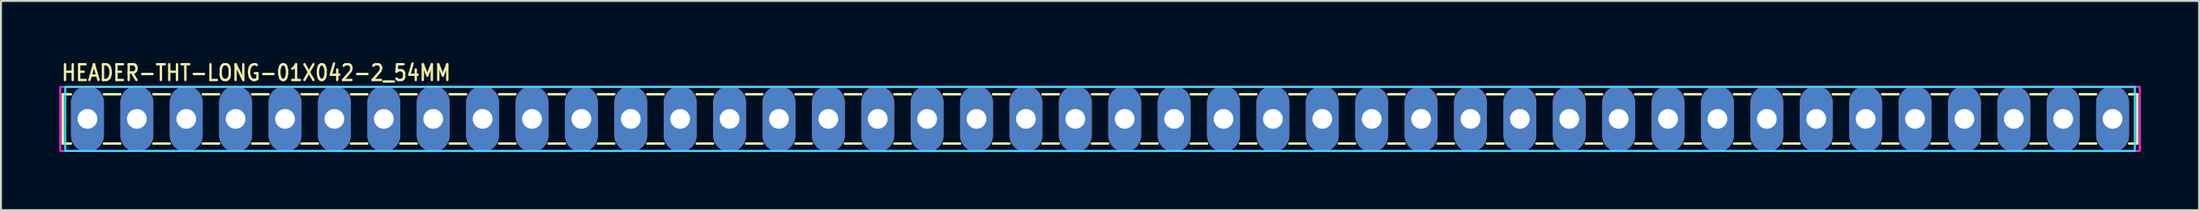
<source format=kicad_pcb>
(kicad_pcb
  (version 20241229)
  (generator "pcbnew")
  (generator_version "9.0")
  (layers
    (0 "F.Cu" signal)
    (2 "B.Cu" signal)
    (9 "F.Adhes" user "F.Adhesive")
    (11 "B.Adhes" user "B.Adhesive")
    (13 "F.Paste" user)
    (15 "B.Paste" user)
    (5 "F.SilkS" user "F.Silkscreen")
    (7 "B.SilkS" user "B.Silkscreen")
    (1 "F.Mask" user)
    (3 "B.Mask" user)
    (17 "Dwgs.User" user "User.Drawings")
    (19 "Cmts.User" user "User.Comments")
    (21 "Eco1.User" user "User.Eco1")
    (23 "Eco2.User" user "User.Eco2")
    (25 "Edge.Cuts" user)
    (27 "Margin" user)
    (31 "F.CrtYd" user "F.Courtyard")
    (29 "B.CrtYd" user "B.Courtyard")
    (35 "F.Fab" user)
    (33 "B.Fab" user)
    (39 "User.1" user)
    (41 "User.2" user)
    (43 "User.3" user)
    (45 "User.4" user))
  (footprint "HEADER-THT-LONG-01X042-2_54MM"
    (layer "F.Cu")
    (at 1.447 3.079)
    (property "Reference" "HEADER-THT-LONG-01X042-2_54MM" (at -1.4 -1.9 0) (unlocked yes) (layer "F.SilkS") (effects (font (size 0.813 0.695) (thickness 0.122)) (justify left bottom)))
    (fp_line (start -1.27 -1.27) (end -1.27 1.27) (stroke (width 0.127) (type solid)) (layer "F.SilkS"))
    (fp_line (start -1.27 1.27) (end -0.85 1.27) (stroke (width 0.127) (type solid)) (layer "F.SilkS"))
    (fp_line (start -0.85 -1.27) (end -1.27 -1.27) (stroke (width 0.127) (type solid)) (layer "F.SilkS"))
    (fp_line (start 0.85 -1.27) (end 1.69 -1.27) (stroke (width 0.127) (type solid)) (layer "F.SilkS"))
    (fp_line (start 0.85 1.27) (end 1.69 1.27) (stroke (width 0.127) (type solid)) (layer "F.SilkS"))
    (fp_line (start 3.39 -1.27) (end 4.23 -1.27) (stroke (width 0.127) (type solid)) (layer "F.SilkS"))
    (fp_line (start 3.39 1.27) (end 4.23 1.27) (stroke (width 0.127) (type solid)) (layer "F.SilkS"))
    (fp_line (start 5.93 -1.27) (end 6.77 -1.27) (stroke (width 0.127) (type solid)) (layer "F.SilkS"))
    (fp_line (start 5.93 1.27) (end 6.77 1.27) (stroke (width 0.127) (type solid)) (layer "F.SilkS"))
    (fp_line (start 8.47 -1.27) (end 9.31 -1.27) (stroke (width 0.127) (type solid)) (layer "F.SilkS"))
    (fp_line (start 8.47 1.27) (end 9.31 1.27) (stroke (width 0.127) (type solid)) (layer "F.SilkS"))
    (fp_line (start 11.01 -1.27) (end 11.85 -1.27) (stroke (width 0.127) (type solid)) (layer "F.SilkS"))
    (fp_line (start 11.01 1.27) (end 11.85 1.27) (stroke (width 0.127) (type solid)) (layer "F.SilkS"))
    (fp_line (start 13.55 -1.27) (end 14.39 -1.27) (stroke (width 0.127) (type solid)) (layer "F.SilkS"))
    (fp_line (start 13.55 1.27) (end 14.39 1.27) (stroke (width 0.127) (type solid)) (layer "F.SilkS"))
    (fp_line (start 16.09 -1.27) (end 16.93 -1.27) (stroke (width 0.127) (type solid)) (layer "F.SilkS"))
    (fp_line (start 16.09 1.27) (end 16.93 1.27) (stroke (width 0.127) (type solid)) (layer "F.SilkS"))
    (fp_line (start 18.63 -1.27) (end 19.47 -1.27) (stroke (width 0.127) (type solid)) (layer "F.SilkS"))
    (fp_line (start 18.63 1.27) (end 19.47 1.27) (stroke (width 0.127) (type solid)) (layer "F.SilkS"))
    (fp_line (start 21.17 -1.27) (end 22.01 -1.27) (stroke (width 0.127) (type solid)) (layer "F.SilkS"))
    (fp_line (start 21.17 1.27) (end 22.01 1.27) (stroke (width 0.127) (type solid)) (layer "F.SilkS"))
    (fp_line (start 23.71 -1.27) (end 24.55 -1.27) (stroke (width 0.127) (type solid)) (layer "F.SilkS"))
    (fp_line (start 23.71 1.27) (end 24.55 1.27) (stroke (width 0.127) (type solid)) (layer "F.SilkS"))
    (fp_line (start 26.25 -1.27) (end 27.09 -1.27) (stroke (width 0.127) (type solid)) (layer "F.SilkS"))
    (fp_line (start 26.25 1.27) (end 27.09 1.27) (stroke (width 0.127) (type solid)) (layer "F.SilkS"))
    (fp_line (start 28.79 -1.27) (end 29.63 -1.27) (stroke (width 0.127) (type solid)) (layer "F.SilkS"))
    (fp_line (start 28.79 1.27) (end 29.63 1.27) (stroke (width 0.127) (type solid)) (layer "F.SilkS"))
    (fp_line (start 31.33 -1.27) (end 32.17 -1.27) (stroke (width 0.127) (type solid)) (layer "F.SilkS"))
    (fp_line (start 31.33 1.27) (end 32.17 1.27) (stroke (width 0.127) (type solid)) (layer "F.SilkS"))
    (fp_line (start 33.87 -1.27) (end 34.71 -1.27) (stroke (width 0.127) (type solid)) (layer "F.SilkS"))
    (fp_line (start 33.87 1.27) (end 34.71 1.27) (stroke (width 0.127) (type solid)) (layer "F.SilkS"))
    (fp_line (start 36.41 -1.27) (end 37.25 -1.27) (stroke (width 0.127) (type solid)) (layer "F.SilkS"))
    (fp_line (start 36.41 1.27) (end 37.25 1.27) (stroke (width 0.127) (type solid)) (layer "F.SilkS"))
    (fp_line (start 38.95 -1.27) (end 39.79 -1.27) (stroke (width 0.127) (type solid)) (layer "F.SilkS"))
    (fp_line (start 38.95 1.27) (end 39.79 1.27) (stroke (width 0.127) (type solid)) (layer "F.SilkS"))
    (fp_line (start 41.49 -1.27) (end 42.33 -1.27) (stroke (width 0.127) (type solid)) (layer "F.SilkS"))
    (fp_line (start 41.49 1.27) (end 42.33 1.27) (stroke (width 0.127) (type solid)) (layer "F.SilkS"))
    (fp_line (start 44.03 -1.27) (end 44.87 -1.27) (stroke (width 0.127) (type solid)) (layer "F.SilkS"))
    (fp_line (start 44.03 1.27) (end 44.87 1.27) (stroke (width 0.127) (type solid)) (layer "F.SilkS"))
    (fp_line (start 46.57 -1.27) (end 47.41 -1.27) (stroke (width 0.127) (type solid)) (layer "F.SilkS"))
    (fp_line (start 46.57 1.27) (end 47.41 1.27) (stroke (width 0.127) (type solid)) (layer "F.SilkS"))
    (fp_line (start 49.11 -1.27) (end 49.95 -1.27) (stroke (width 0.127) (type solid)) (layer "F.SilkS"))
    (fp_line (start 49.11 1.27) (end 49.95 1.27) (stroke (width 0.127) (type solid)) (layer "F.SilkS"))
    (fp_line (start 51.65 -1.27) (end 52.49 -1.27) (stroke (width 0.127) (type solid)) (layer "F.SilkS"))
    (fp_line (start 51.65 1.27) (end 52.49 1.27) (stroke (width 0.127) (type solid)) (layer "F.SilkS"))
    (fp_line (start 54.19 -1.27) (end 55.03 -1.27) (stroke (width 0.127) (type solid)) (layer "F.SilkS"))
    (fp_line (start 54.19 1.27) (end 55.03 1.27) (stroke (width 0.127) (type solid)) (layer "F.SilkS"))
    (fp_line (start 56.73 -1.27) (end 57.57 -1.27) (stroke (width 0.127) (type solid)) (layer "F.SilkS"))
    (fp_line (start 56.73 1.27) (end 57.57 1.27) (stroke (width 0.127) (type solid)) (layer "F.SilkS"))
    (fp_line (start 59.27 -1.27) (end 60.11 -1.27) (stroke (width 0.127) (type solid)) (layer "F.SilkS"))
    (fp_line (start 59.27 1.27) (end 60.11 1.27) (stroke (width 0.127) (type solid)) (layer "F.SilkS"))
    (fp_line (start 61.81 -1.27) (end 62.65 -1.27) (stroke (width 0.127) (type solid)) (layer "F.SilkS"))
    (fp_line (start 61.81 1.27) (end 62.65 1.27) (stroke (width 0.127) (type solid)) (layer "F.SilkS"))
    (fp_line (start 64.35 -1.27) (end 65.19 -1.27) (stroke (width 0.127) (type solid)) (layer "F.SilkS"))
    (fp_line (start 64.35 1.27) (end 65.19 1.27) (stroke (width 0.127) (type solid)) (layer "F.SilkS"))
    (fp_line (start 66.89 -1.27) (end 67.73 -1.27) (stroke (width 0.127) (type solid)) (layer "F.SilkS"))
    (fp_line (start 66.89 1.27) (end 67.73 1.27) (stroke (width 0.127) (type solid)) (layer "F.SilkS"))
    (fp_line (start 69.43 -1.27) (end 70.27 -1.27) (stroke (width 0.127) (type solid)) (layer "F.SilkS"))
    (fp_line (start 69.43 1.27) (end 70.27 1.27) (stroke (width 0.127) (type solid)) (layer "F.SilkS"))
    (fp_line (start 71.97 -1.27) (end 72.81 -1.27) (stroke (width 0.127) (type solid)) (layer "F.SilkS"))
    (fp_line (start 71.97 1.27) (end 72.81 1.27) (stroke (width 0.127) (type solid)) (layer "F.SilkS"))
    (fp_line (start 74.51 -1.27) (end 75.35 -1.27) (stroke (width 0.127) (type solid)) (layer "F.SilkS"))
    (fp_line (start 74.51 1.27) (end 75.35 1.27) (stroke (width 0.127) (type solid)) (layer "F.SilkS"))
    (fp_line (start 77.05 -1.27) (end 77.89 -1.27) (stroke (width 0.127) (type solid)) (layer "F.SilkS"))
    (fp_line (start 77.05 1.27) (end 77.89 1.27) (stroke (width 0.127) (type solid)) (layer "F.SilkS"))
    (fp_line (start 79.59 -1.27) (end 80.43 -1.27) (stroke (width 0.127) (type solid)) (layer "F.SilkS"))
    (fp_line (start 79.59 1.27) (end 80.43 1.27) (stroke (width 0.127) (type solid)) (layer "F.SilkS"))
    (fp_line (start 82.13 -1.27) (end 82.97 -1.27) (stroke (width 0.127) (type solid)) (layer "F.SilkS"))
    (fp_line (start 82.13 1.27) (end 82.97 1.27) (stroke (width 0.127) (type solid)) (layer "F.SilkS"))
    (fp_line (start 84.67 -1.27) (end 85.51 -1.27) (stroke (width 0.127) (type solid)) (layer "F.SilkS"))
    (fp_line (start 84.67 1.27) (end 85.51 1.27) (stroke (width 0.127) (type solid)) (layer "F.SilkS"))
    (fp_line (start 87.21 -1.27) (end 88.05 -1.27) (stroke (width 0.127) (type solid)) (layer "F.SilkS"))
    (fp_line (start 87.21 1.27) (end 88.05 1.27) (stroke (width 0.127) (type solid)) (layer "F.SilkS"))
    (fp_line (start 89.75 -1.27) (end 90.59 -1.27) (stroke (width 0.127) (type solid)) (layer "F.SilkS"))
    (fp_line (start 89.75 1.27) (end 90.59 1.27) (stroke (width 0.127) (type solid)) (layer "F.SilkS"))
    (fp_line (start 92.29 -1.27) (end 93.13 -1.27) (stroke (width 0.127) (type solid)) (layer "F.SilkS"))
    (fp_line (start 92.29 1.27) (end 93.13 1.27) (stroke (width 0.127) (type solid)) (layer "F.SilkS"))
    (fp_line (start 94.83 -1.27) (end 95.67 -1.27) (stroke (width 0.127) (type solid)) (layer "F.SilkS"))
    (fp_line (start 94.83 1.27) (end 95.67 1.27) (stroke (width 0.127) (type solid)) (layer "F.SilkS"))
    (fp_line (start 97.37 -1.27) (end 98.21 -1.27) (stroke (width 0.127) (type solid)) (layer "F.SilkS"))
    (fp_line (start 97.37 1.27) (end 98.21 1.27) (stroke (width 0.127) (type solid)) (layer "F.SilkS"))
    (fp_line (start 99.91 -1.27) (end 100.75 -1.27) (stroke (width 0.127) (type solid)) (layer "F.SilkS"))
    (fp_line (start 99.91 1.27) (end 100.75 1.27) (stroke (width 0.127) (type solid)) (layer "F.SilkS"))
    (fp_line (start 102.45 -1.27) (end 103.29 -1.27) (stroke (width 0.127) (type solid)) (layer "F.SilkS"))
    (fp_line (start 102.45 1.27) (end 103.29 1.27) (stroke (width 0.127) (type solid)) (layer "F.SilkS"))
    (fp_line (start 104.99 -1.27) (end 105.41 -1.27) (stroke (width 0.127) (type solid)) (layer "F.SilkS"))
    (fp_line (start 105.41 -1.27) (end 105.41 1.27) (stroke (width 0.127) (type solid)) (layer "F.SilkS"))
    (fp_line (start 105.41 1.27) (end 104.99 1.27) (stroke (width 0.127) (type solid)) (layer "F.SilkS"))
    (fp_poly (pts (xy -1.143 -1.651) (xy 105.283 -1.651) (xy 105.283 1.651) (xy -1.143 1.651)) (stroke (width 0.1) (type solid)) (fill no) (layer "B.CrtYd"))
    (fp_poly (pts (xy -1.397 -1.651) (xy 105.537 -1.651) (xy 105.537 1.651) (xy -1.397 1.651)) (stroke (width 0.1) (type solid)) (fill no) (layer "F.CrtYd"))
    (pad "1" thru_hole oval (at 0 0 90) (size 3.387 1.693) (drill 1.016) (layers "*.Cu" "*.Mask"))
    (pad "2" thru_hole oval (at 2.54 0 90) (size 3.387 1.693) (drill 1.016) (layers "*.Cu" "*.Mask"))
    (pad "3" thru_hole oval (at 5.08 0 90) (size 3.387 1.693) (drill 1.016) (layers "*.Cu" "*.Mask"))
    (pad "4" thru_hole oval (at 7.62 0 90) (size 3.387 1.693) (drill 1.016) (layers "*.Cu" "*.Mask"))
    (pad "5" thru_hole oval (at 10.16 0 90) (size 3.387 1.693) (drill 1.016) (layers "*.Cu" "*.Mask"))
    (pad "6" thru_hole oval (at 12.7 0 90) (size 3.387 1.693) (drill 1.016) (layers "*.Cu" "*.Mask"))
    (pad "7" thru_hole oval (at 15.24 0 90) (size 3.387 1.693) (drill 1.016) (layers "*.Cu" "*.Mask"))
    (pad "8" thru_hole oval (at 17.78 0 90) (size 3.387 1.693) (drill 1.016) (layers "*.Cu" "*.Mask"))
    (pad "9" thru_hole oval (at 20.32 0 90) (size 3.387 1.693) (drill 1.016) (layers "*.Cu" "*.Mask"))
    (pad "10" thru_hole oval (at 22.86 0 90) (size 3.387 1.693) (drill 1.016) (layers "*.Cu" "*.Mask"))
    (pad "11" thru_hole oval (at 25.4 0 90) (size 3.387 1.693) (drill 1.016) (layers "*.Cu" "*.Mask"))
    (pad "12" thru_hole oval (at 27.94 0 90) (size 3.387 1.693) (drill 1.016) (layers "*.Cu" "*.Mask"))
    (pad "13" thru_hole oval (at 30.48 0 90) (size 3.387 1.693) (drill 1.016) (layers "*.Cu" "*.Mask"))
    (pad "14" thru_hole oval (at 33.02 0 90) (size 3.387 1.693) (drill 1.016) (layers "*.Cu" "*.Mask"))
    (pad "15" thru_hole oval (at 35.56 0 90) (size 3.387 1.693) (drill 1.016) (layers "*.Cu" "*.Mask"))
    (pad "16" thru_hole oval (at 38.1 0 90) (size 3.387 1.693) (drill 1.016) (layers "*.Cu" "*.Mask"))
    (pad "17" thru_hole oval (at 40.64 0 90) (size 3.387 1.693) (drill 1.016) (layers "*.Cu" "*.Mask"))
    (pad "18" thru_hole oval (at 43.18 0 90) (size 3.387 1.693) (drill 1.016) (layers "*.Cu" "*.Mask"))
    (pad "19" thru_hole oval (at 45.72 0 90) (size 3.387 1.693) (drill 1.016) (layers "*.Cu" "*.Mask"))
    (pad "20" thru_hole oval (at 48.26 0 90) (size 3.387 1.693) (drill 1.016) (layers "*.Cu" "*.Mask"))
    (pad "21" thru_hole oval (at 50.8 0 90) (size 3.387 1.693) (drill 1.016) (layers "*.Cu" "*.Mask"))
    (pad "22" thru_hole oval (at 53.34 0 90) (size 3.387 1.693) (drill 1.016) (layers "*.Cu" "*.Mask"))
    (pad "23" thru_hole oval (at 55.88 0 90) (size 3.387 1.693) (drill 1.016) (layers "*.Cu" "*.Mask"))
    (pad "24" thru_hole oval (at 58.42 0 90) (size 3.387 1.693) (drill 1.016) (layers "*.Cu" "*.Mask"))
    (pad "25" thru_hole oval (at 60.96 0 90) (size 3.387 1.693) (drill 1.016) (layers "*.Cu" "*.Mask"))
    (pad "26" thru_hole oval (at 63.5 0 90) (size 3.387 1.693) (drill 1.016) (layers "*.Cu" "*.Mask"))
    (pad "27" thru_hole oval (at 66.04 0 90) (size 3.387 1.693) (drill 1.016) (layers "*.Cu" "*.Mask"))
    (pad "28" thru_hole oval (at 68.58 0 90) (size 3.387 1.693) (drill 1.016) (layers "*.Cu" "*.Mask"))
    (pad "29" thru_hole oval (at 71.12 0 90) (size 3.387 1.693) (drill 1.016) (layers "*.Cu" "*.Mask"))
    (pad "30" thru_hole oval (at 73.66 0 90) (size 3.387 1.693) (drill 1.016) (layers "*.Cu" "*.Mask"))
    (pad "31" thru_hole oval (at 76.2 0 90) (size 3.387 1.693) (drill 1.016) (layers "*.Cu" "*.Mask"))
    (pad "32" thru_hole oval (at 78.74 0 90) (size 3.387 1.693) (drill 1.016) (layers "*.Cu" "*.Mask"))
    (pad "33" thru_hole oval (at 81.28 0 90) (size 3.387 1.693) (drill 1.016) (layers "*.Cu" "*.Mask"))
    (pad "34" thru_hole oval (at 83.82 0 90) (size 3.387 1.693) (drill 1.016) (layers "*.Cu" "*.Mask"))
    (pad "35" thru_hole oval (at 86.36 0 90) (size 3.387 1.693) (drill 1.016) (layers "*.Cu" "*.Mask"))
    (pad "36" thru_hole oval (at 88.9 0 90) (size 3.387 1.693) (drill 1.016) (layers "*.Cu" "*.Mask"))
    (pad "37" thru_hole oval (at 91.44 0 90) (size 3.387 1.693) (drill 1.016) (layers "*.Cu" "*.Mask"))
    (pad "38" thru_hole oval (at 93.98 0 90) (size 3.387 1.693) (drill 1.016) (layers "*.Cu" "*.Mask"))
    (pad "39" thru_hole oval (at 96.52 0 90) (size 3.387 1.693) (drill 1.016) (layers "*.Cu" "*.Mask"))
    (pad "40" thru_hole oval (at 99.06 0 90) (size 3.387 1.693) (drill 1.016) (layers "*.Cu" "*.Mask"))
    (pad "41" thru_hole oval (at 101.6 0 90) (size 3.387 1.693) (drill 1.016) (layers "*.Cu" "*.Mask"))
    (pad "42" thru_hole oval (at 104.14 0 90) (size 3.387 1.693) (drill 1.016) (layers "*.Cu" "*.Mask")))
  (gr_rect
    (start -3 -3)
    (end 110.034 7.78)
    (stroke (width 0.1) (type default))
    (fill no)
    (layer "Edge.Cuts")))
</source>
